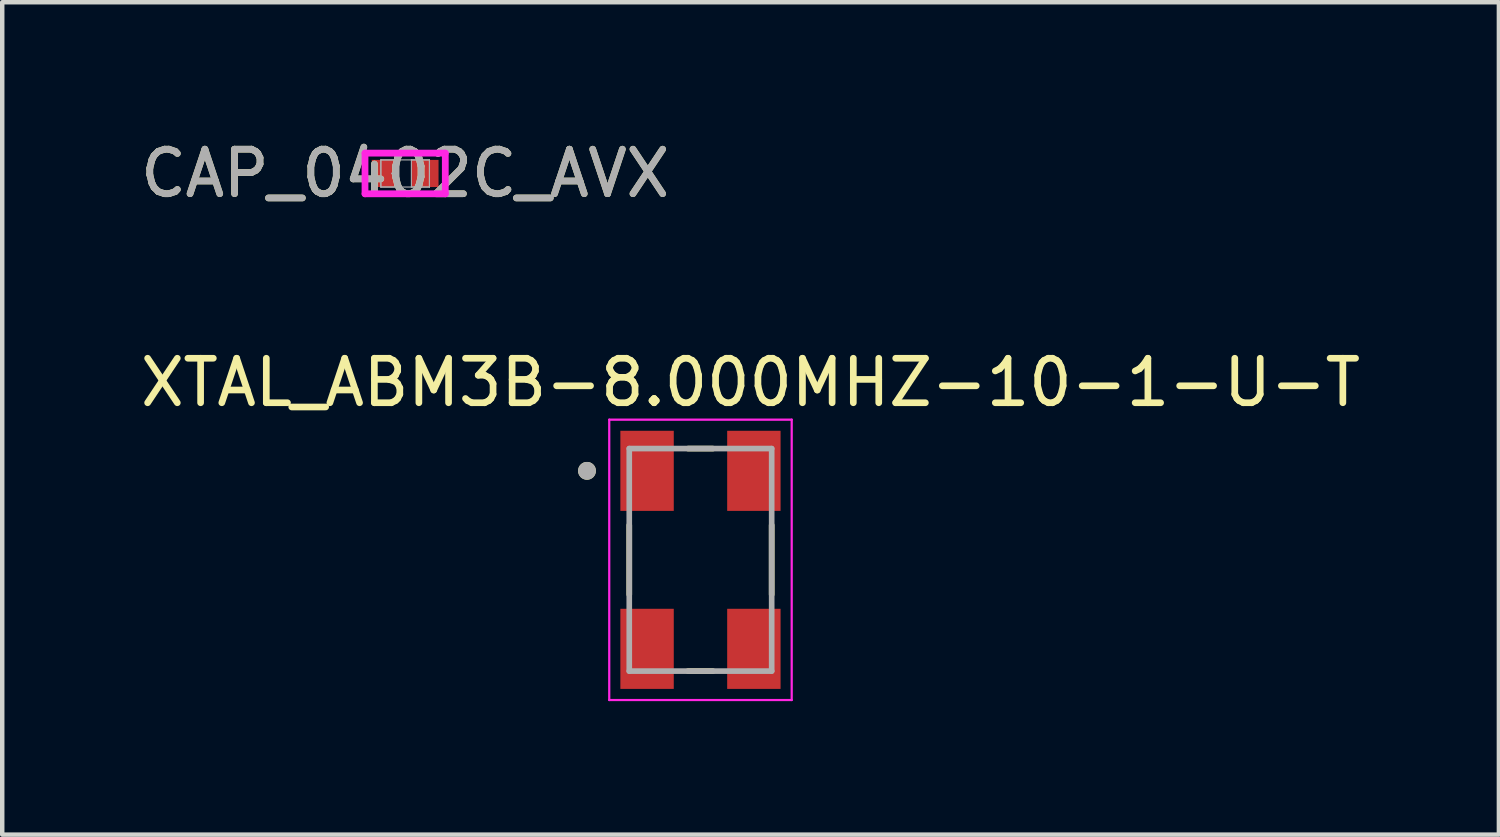
<source format=kicad_pcb>
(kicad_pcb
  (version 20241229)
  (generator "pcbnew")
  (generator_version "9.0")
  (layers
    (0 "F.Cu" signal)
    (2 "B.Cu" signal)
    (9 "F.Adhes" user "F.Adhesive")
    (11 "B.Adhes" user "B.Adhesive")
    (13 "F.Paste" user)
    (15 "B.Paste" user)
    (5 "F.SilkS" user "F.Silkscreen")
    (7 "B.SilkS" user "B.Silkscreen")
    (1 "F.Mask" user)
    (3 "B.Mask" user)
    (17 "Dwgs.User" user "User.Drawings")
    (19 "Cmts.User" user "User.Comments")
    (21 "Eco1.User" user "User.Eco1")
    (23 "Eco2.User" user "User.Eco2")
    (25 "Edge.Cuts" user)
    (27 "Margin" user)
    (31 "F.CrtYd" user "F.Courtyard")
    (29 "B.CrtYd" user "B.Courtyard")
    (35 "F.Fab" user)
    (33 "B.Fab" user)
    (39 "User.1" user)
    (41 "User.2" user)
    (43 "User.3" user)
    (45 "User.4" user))
  (footprint "XTAL_ABM3B-8.000MHZ-10-1-U-T"
    (layer "F.Cu")
    (at 12.69 9.53)
    (property "Reference" "XTAL_ABM3B-8.000MHZ-10-1-U-T" (at 1.125 -3.985 0) (layer "F.SilkS") (effects (font (size 1 1) (thickness 0.15))))
    (attr smd)
    (fp_line (start -1.6 -0.78) (end -1.6 0.78) (stroke (width 0.127) (type solid)) (layer "F.SilkS"))
    (fp_line (start -0.28 -2.5) (end 0.28 -2.5) (stroke (width 0.127) (type solid)) (layer "F.SilkS"))
    (fp_line (start -0.28 2.5) (end 0.28 2.5) (stroke (width 0.127) (type solid)) (layer "F.SilkS"))
    (fp_line (start 1.6 -0.78) (end 1.6 0.78) (stroke (width 0.127) (type solid)) (layer "F.SilkS"))
    (fp_circle (center -2.55 -2) (end -2.45 -2) (stroke (width 0.2) (type solid)) (fill no) (layer "F.SilkS"))
    (fp_line (start -2.05 -3.15) (end -2.05 3.15) (stroke (width 0.05) (type solid)) (layer "F.CrtYd"))
    (fp_line (start -2.05 -3.15) (end 2.05 -3.15) (stroke (width 0.05) (type solid)) (layer "F.CrtYd"))
    (fp_line (start 2.05 -3.15) (end 2.05 3.15) (stroke (width 0.05) (type solid)) (layer "F.CrtYd"))
    (fp_line (start 2.05 3.15) (end -2.05 3.15) (stroke (width 0.05) (type solid)) (layer "F.CrtYd"))
    (fp_line (start -1.6 -2.5) (end -1.6 2.5) (stroke (width 0.127) (type solid)) (layer "F.Fab"))
    (fp_line (start -1.6 -2.5) (end 1.6 -2.5) (stroke (width 0.127) (type solid)) (layer "F.Fab"))
    (fp_line (start 1.6 -2.5) (end 1.6 2.5) (stroke (width 0.127) (type solid)) (layer "F.Fab"))
    (fp_line (start 1.6 2.5) (end -1.6 2.5) (stroke (width 0.127) (type solid)) (layer "F.Fab"))
    (fp_circle (center -2.55 -2) (end -2.45 -2) (stroke (width 0.2) (type solid)) (fill no) (layer "F.Fab"))
    (pad "1" smd rect (at -1.2 -2) (size 1.2 1.8) (layers "F.Cu" "F.Mask" "F.Paste"))
    (pad "2" smd rect (at -1.2 2) (size 1.2 1.8) (layers "F.Cu" "F.Mask" "F.Paste"))
    (pad "3" smd rect (at 1.2 2) (size 1.2 1.8) (layers "F.Cu" "F.Mask" "F.Paste"))
    (pad "4" smd rect (at 1.2 -2) (size 1.2 1.8) (layers "F.Cu" "F.Mask" "F.Paste")))
  (footprint "CAP_0402C_AVX"
    (layer "F.Cu")
    (at 6.054 0.848)
    (property "Reference" "CAP_0402C_AVX" (at 0 0 0) (unlocked yes) (layer "F.SilkS") (effects (font (size 1 1) (thickness 0.15))))
    (attr smd)
    (fp_line (start -0.902 -0.457) (end 0.902 -0.457) (stroke (width 0.152) (type solid)) (layer "F.CrtYd"))
    (fp_line (start -0.902 0.457) (end -0.902 -0.457) (stroke (width 0.152) (type solid)) (layer "F.CrtYd"))
    (fp_line (start 0.902 -0.457) (end 0.902 0.457) (stroke (width 0.152) (type solid)) (layer "F.CrtYd"))
    (fp_line (start 0.902 0.457) (end -0.902 0.457) (stroke (width 0.152) (type solid)) (layer "F.CrtYd"))
    (fp_line (start -0.546 -0.305) (end -0.546 0.305) (stroke (width 0.025) (type solid)) (layer "F.Fab"))
    (fp_line (start -0.546 -0.305) (end -0.546 0.305) (stroke (width 0.025) (type solid)) (layer "F.Fab"))
    (fp_line (start -0.546 0.305) (end -0.14 0.305) (stroke (width 0.025) (type solid)) (layer "F.Fab"))
    (fp_line (start -0.546 0.305) (end 0.546 0.305) (stroke (width 0.025) (type solid)) (layer "F.Fab"))
    (fp_line (start -0.14 -0.305) (end -0.546 -0.305) (stroke (width 0.025) (type solid)) (layer "F.Fab"))
    (fp_line (start -0.14 0.305) (end -0.14 -0.305) (stroke (width 0.025) (type solid)) (layer "F.Fab"))
    (fp_line (start 0.14 -0.305) (end 0.14 0.305) (stroke (width 0.025) (type solid)) (layer "F.Fab"))
    (fp_line (start 0.14 0.305) (end 0.546 0.305) (stroke (width 0.025) (type solid)) (layer "F.Fab"))
    (fp_line (start 0.546 -0.305) (end -0.546 -0.305) (stroke (width 0.025) (type solid)) (layer "F.Fab"))
    (fp_line (start 0.546 -0.305) (end 0.14 -0.305) (stroke (width 0.025) (type solid)) (layer "F.Fab"))
    (fp_line (start 0.546 0.305) (end 0.546 -0.305) (stroke (width 0.025) (type solid)) (layer "F.Fab"))
    (fp_line (start 0.546 0.305) (end 0.546 -0.305) (stroke (width 0.025) (type solid)) (layer "F.Fab"))
    (fp_circle (center -0.292 0) (end -0.292 0) (stroke (width 0.025) (type solid)) (fill no) (layer "F.Fab"))
    (fp_text user "${REFERENCE}" (at 0 0 0) (unlocked yes) (layer "F.Fab") (effects (font (size 1 1) (thickness 0.15))))
    (pad "1" smd rect (at -0.445 0) (size 0.61 0.61) (layers "F.Cu" "F.Mask" "F.Paste"))
    (pad "2" smd rect (at 0.445 0) (size 0.61 0.61) (layers "F.Cu" "F.Mask" "F.Paste"))
    (zone (net_name "") (layer "F.Cu") (hatch full 0.508) (connect_pads) (min_thickness 0.254) (filled_areas_thickness no) (keepout (tracks not_allowed) (vias not_allowed) (pads allowed) (copperpour not_allowed) (footprints allowed)) (placement (enabled no)) (fill) (polygon (pts (xy 5.965 0.594) (xy 6.142 0.594) (xy 6.142 1.102) (xy 5.965 1.102)))))
  (gr_rect
    (start -3 -3)
    (end 30.631 15.705)
    (stroke (width 0.1) (type default))
    (fill no)
    (layer "Edge.Cuts")))
</source>
